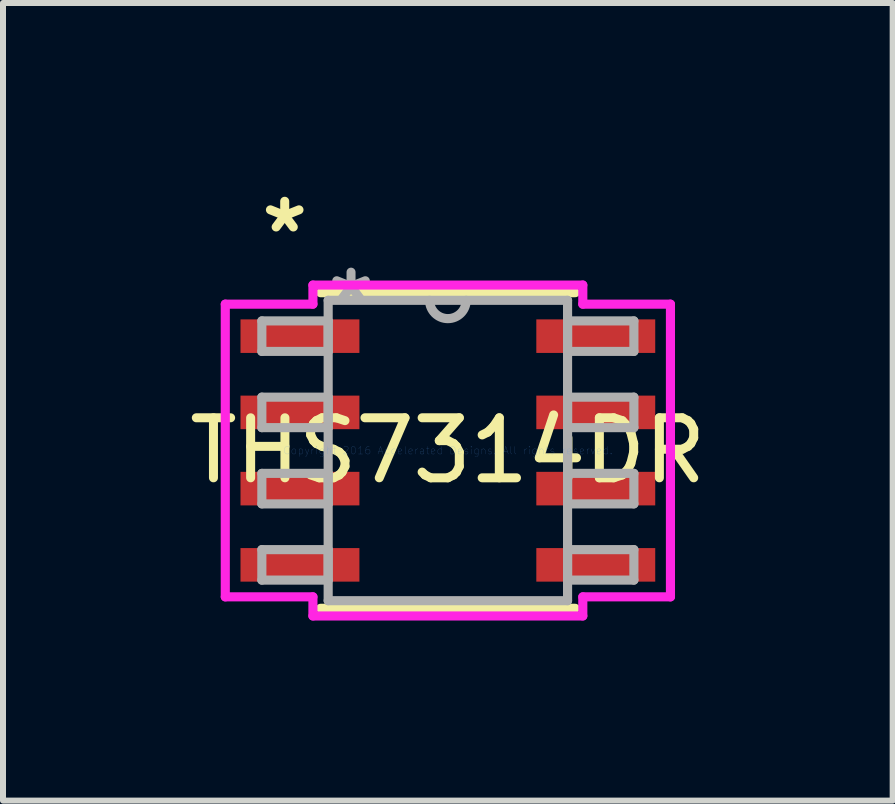
<source format=kicad_pcb>
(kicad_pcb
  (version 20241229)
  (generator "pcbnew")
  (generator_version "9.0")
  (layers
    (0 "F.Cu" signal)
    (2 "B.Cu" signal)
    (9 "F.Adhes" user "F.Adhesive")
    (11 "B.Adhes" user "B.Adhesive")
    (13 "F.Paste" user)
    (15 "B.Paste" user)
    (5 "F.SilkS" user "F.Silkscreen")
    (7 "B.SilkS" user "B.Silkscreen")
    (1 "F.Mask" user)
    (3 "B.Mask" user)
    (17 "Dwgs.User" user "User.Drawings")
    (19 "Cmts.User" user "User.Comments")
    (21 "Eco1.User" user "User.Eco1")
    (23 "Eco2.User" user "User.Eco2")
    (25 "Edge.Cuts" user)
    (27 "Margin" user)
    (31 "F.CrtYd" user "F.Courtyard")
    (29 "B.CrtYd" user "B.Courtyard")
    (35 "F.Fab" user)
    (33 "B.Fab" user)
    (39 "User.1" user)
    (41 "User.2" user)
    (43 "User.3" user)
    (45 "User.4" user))
  (footprint "THS7314DR"
    (layer "F.Cu")
    (at 4.411 4.455)
    (property "Reference" "THS7314DR" (at 0 0 0) (layer "F.SilkS") (effects (font (size 1 1) (thickness 0.15))))
    (attr through_hole)
    (fp_line (start -2.121 2.629) (end 2.121 2.629) (stroke (width 0.152) (type solid)) (layer "F.SilkS"))
    (fp_line (start 2.121 -2.629) (end -2.121 -2.629) (stroke (width 0.152) (type solid)) (layer "F.SilkS"))
    (fp_line (start -3.708 -2.438) (end -2.248 -2.438) (stroke (width 0.152) (type solid)) (layer "F.CrtYd"))
    (fp_line (start -3.708 2.438) (end -3.708 -2.438) (stroke (width 0.152) (type solid)) (layer "F.CrtYd"))
    (fp_line (start -2.248 -2.756) (end 2.248 -2.756) (stroke (width 0.152) (type solid)) (layer "F.CrtYd"))
    (fp_line (start -2.248 -2.438) (end -2.248 -2.756) (stroke (width 0.152) (type solid)) (layer "F.CrtYd"))
    (fp_line (start -2.248 2.438) (end -3.708 2.438) (stroke (width 0.152) (type solid)) (layer "F.CrtYd"))
    (fp_line (start -2.248 2.756) (end -2.248 2.438) (stroke (width 0.152) (type solid)) (layer "F.CrtYd"))
    (fp_line (start 2.248 -2.756) (end 2.248 -2.438) (stroke (width 0.152) (type solid)) (layer "F.CrtYd"))
    (fp_line (start 2.248 -2.438) (end 3.708 -2.438) (stroke (width 0.152) (type solid)) (layer "F.CrtYd"))
    (fp_line (start 2.248 2.438) (end 2.248 2.756) (stroke (width 0.152) (type solid)) (layer "F.CrtYd"))
    (fp_line (start 2.248 2.756) (end -2.248 2.756) (stroke (width 0.152) (type solid)) (layer "F.CrtYd"))
    (fp_line (start 3.708 -2.438) (end 3.708 2.438) (stroke (width 0.152) (type solid)) (layer "F.CrtYd"))
    (fp_line (start 3.708 2.438) (end 2.248 2.438) (stroke (width 0.152) (type solid)) (layer "F.CrtYd"))
    (fp_line (start -3.099 -2.159) (end -3.099 -1.651) (stroke (width 0.152) (type solid)) (layer "F.Fab"))
    (fp_line (start -3.099 -1.651) (end -1.994 -1.651) (stroke (width 0.152) (type solid)) (layer "F.Fab"))
    (fp_line (start -3.099 -0.889) (end -3.099 -0.381) (stroke (width 0.152) (type solid)) (layer "F.Fab"))
    (fp_line (start -3.099 -0.381) (end -1.994 -0.381) (stroke (width 0.152) (type solid)) (layer "F.Fab"))
    (fp_line (start -3.099 0.381) (end -3.099 0.889) (stroke (width 0.152) (type solid)) (layer "F.Fab"))
    (fp_line (start -3.099 0.889) (end -1.994 0.889) (stroke (width 0.152) (type solid)) (layer "F.Fab"))
    (fp_line (start -3.099 1.651) (end -3.099 2.159) (stroke (width 0.152) (type solid)) (layer "F.Fab"))
    (fp_line (start -3.099 2.159) (end -1.994 2.159) (stroke (width 0.152) (type solid)) (layer "F.Fab"))
    (fp_line (start -1.994 -2.502) (end -1.994 2.502) (stroke (width 0.152) (type solid)) (layer "F.Fab"))
    (fp_line (start -1.994 -2.159) (end -3.099 -2.159) (stroke (width 0.152) (type solid)) (layer "F.Fab"))
    (fp_line (start -1.994 -1.651) (end -1.994 -2.159) (stroke (width 0.152) (type solid)) (layer "F.Fab"))
    (fp_line (start -1.994 -0.889) (end -3.099 -0.889) (stroke (width 0.152) (type solid)) (layer "F.Fab"))
    (fp_line (start -1.994 -0.381) (end -1.994 -0.889) (stroke (width 0.152) (type solid)) (layer "F.Fab"))
    (fp_line (start -1.994 0.381) (end -3.099 0.381) (stroke (width 0.152) (type solid)) (layer "F.Fab"))
    (fp_line (start -1.994 0.889) (end -1.994 0.381) (stroke (width 0.152) (type solid)) (layer "F.Fab"))
    (fp_line (start -1.994 1.651) (end -3.099 1.651) (stroke (width 0.152) (type solid)) (layer "F.Fab"))
    (fp_line (start -1.994 2.159) (end -1.994 1.651) (stroke (width 0.152) (type solid)) (layer "F.Fab"))
    (fp_line (start -1.994 2.502) (end 1.994 2.502) (stroke (width 0.152) (type solid)) (layer "F.Fab"))
    (fp_line (start 1.994 -2.502) (end -1.994 -2.502) (stroke (width 0.152) (type solid)) (layer "F.Fab"))
    (fp_line (start 1.994 -2.159) (end 1.994 -1.651) (stroke (width 0.152) (type solid)) (layer "F.Fab"))
    (fp_line (start 1.994 -1.651) (end 3.099 -1.651) (stroke (width 0.152) (type solid)) (layer "F.Fab"))
    (fp_line (start 1.994 -0.889) (end 1.994 -0.381) (stroke (width 0.152) (type solid)) (layer "F.Fab"))
    (fp_line (start 1.994 -0.381) (end 3.099 -0.381) (stroke (width 0.152) (type solid)) (layer "F.Fab"))
    (fp_line (start 1.994 0.381) (end 1.994 0.889) (stroke (width 0.152) (type solid)) (layer "F.Fab"))
    (fp_line (start 1.994 0.889) (end 3.099 0.889) (stroke (width 0.152) (type solid)) (layer "F.Fab"))
    (fp_line (start 1.994 1.651) (end 1.994 2.159) (stroke (width 0.152) (type solid)) (layer "F.Fab"))
    (fp_line (start 1.994 2.159) (end 3.099 2.159) (stroke (width 0.152) (type solid)) (layer "F.Fab"))
    (fp_line (start 1.994 2.502) (end 1.994 -2.502) (stroke (width 0.152) (type solid)) (layer "F.Fab"))
    (fp_line (start 3.099 -2.159) (end 1.994 -2.159) (stroke (width 0.152) (type solid)) (layer "F.Fab"))
    (fp_line (start 3.099 -1.651) (end 3.099 -2.159) (stroke (width 0.152) (type solid)) (layer "F.Fab"))
    (fp_line (start 3.099 -0.889) (end 1.994 -0.889) (stroke (width 0.152) (type solid)) (layer "F.Fab"))
    (fp_line (start 3.099 -0.381) (end 3.099 -0.889) (stroke (width 0.152) (type solid)) (layer "F.Fab"))
    (fp_line (start 3.099 0.381) (end 1.994 0.381) (stroke (width 0.152) (type solid)) (layer "F.Fab"))
    (fp_line (start 3.099 0.889) (end 3.099 0.381) (stroke (width 0.152) (type solid)) (layer "F.Fab"))
    (fp_line (start 3.099 1.651) (end 1.994 1.651) (stroke (width 0.152) (type solid)) (layer "F.Fab"))
    (fp_line (start 3.099 2.159) (end 3.099 1.651) (stroke (width 0.152) (type solid)) (layer "F.Fab"))
    (fp_arc (start 0.3048 -2.5019) (mid 0 -2.1971) (end -0.3048 -2.5019) (stroke (width 0.1524) (type solid)) (layer "F.Fab"))
    (fp_text user "*" (at -2.718 -3.607 0) (layer "F.SilkS") (effects (font (size 1 1) (thickness 0.15))))
    (fp_text user "Copyright 2016 Accelerated Designs. All rights reserved." (at 0 0 0) (layer "Cmts.User") (effects (font (size 0.127 0.127) (thickness 0.002))))
    (fp_text user "*" (at -1.613 -2.426 0) (layer "F.Fab") (effects (font (size 1 1) (thickness 0.15))))
    (pad "1" smd rect (at -2.464 -1.905) (size 1.981 0.559) (layers "F.Cu" "F.Mask" "F.Paste"))
    (pad "2" smd rect (at -2.464 -0.635) (size 1.981 0.559) (layers "F.Cu" "F.Mask" "F.Paste"))
    (pad "3" smd rect (at -2.464 0.635) (size 1.981 0.559) (layers "F.Cu" "F.Mask" "F.Paste"))
    (pad "4" smd rect (at -2.464 1.905) (size 1.981 0.559) (layers "F.Cu" "F.Mask" "F.Paste"))
    (pad "5" smd rect (at 2.464 1.905) (size 1.981 0.559) (layers "F.Cu" "F.Mask" "F.Paste"))
    (pad "6" smd rect (at 2.464 0.635) (size 1.981 0.559) (layers "F.Cu" "F.Mask" "F.Paste"))
    (pad "7" smd rect (at 2.464 -0.635) (size 1.981 0.559) (layers "F.Cu" "F.Mask" "F.Paste"))
    (pad "8" smd rect (at 2.464 -1.905) (size 1.981 0.559) (layers "F.Cu" "F.Mask" "F.Paste")))
  (gr_rect
    (start -3 -3)
    (end 11.821 10.287)
    (stroke (width 0.1) (type default))
    (fill no)
    (layer "Edge.Cuts")))
</source>
